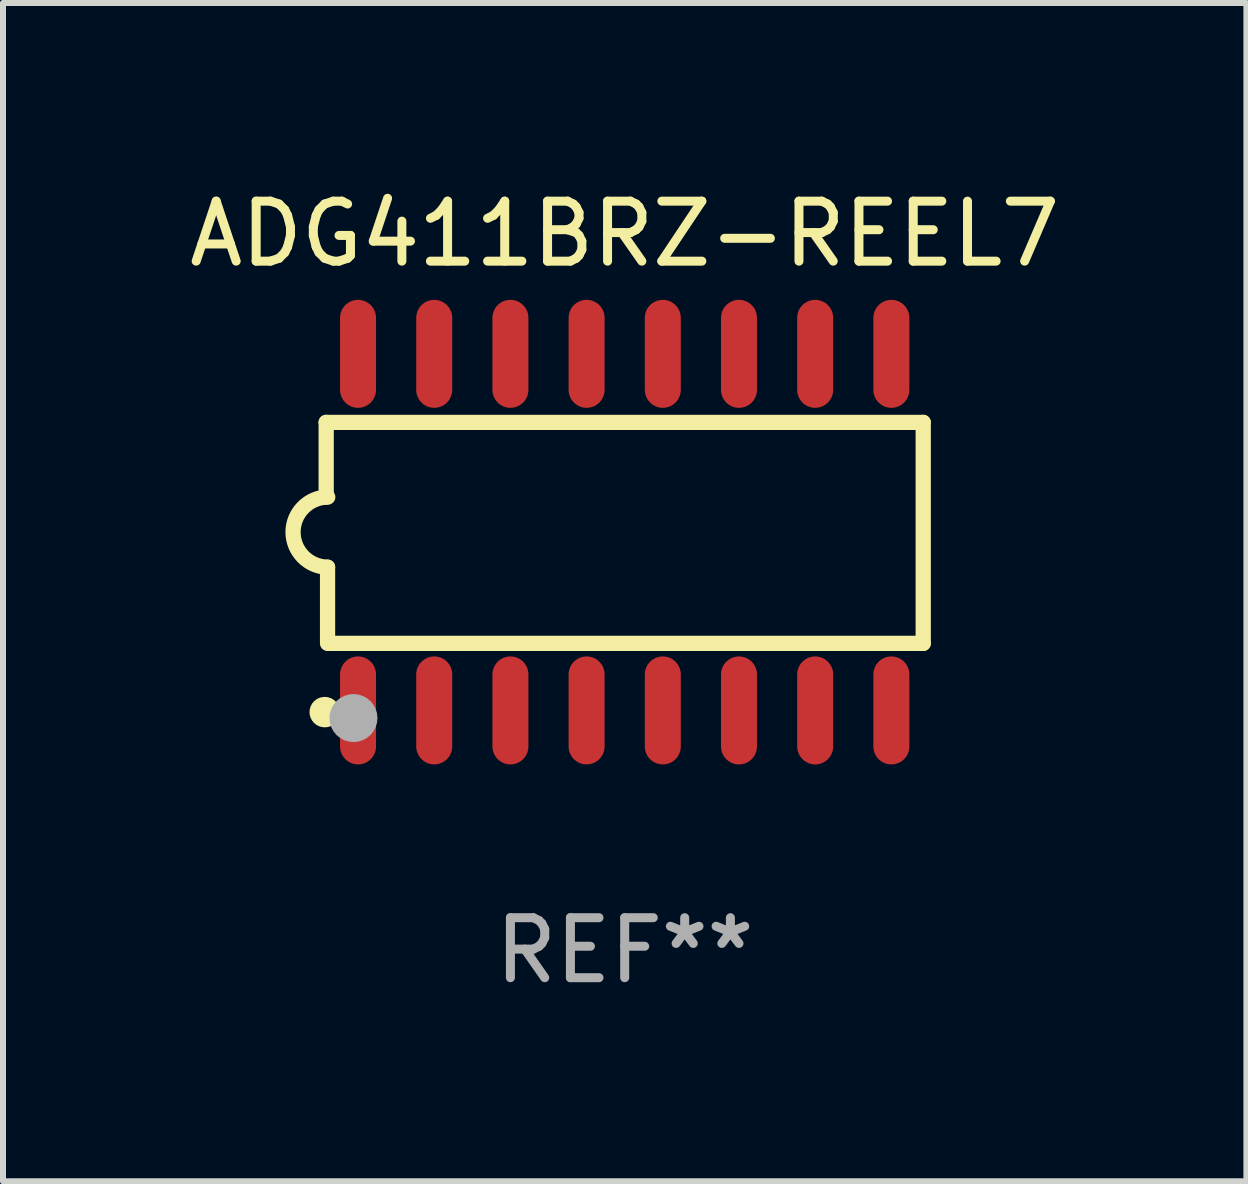
<source format=kicad_pcb>
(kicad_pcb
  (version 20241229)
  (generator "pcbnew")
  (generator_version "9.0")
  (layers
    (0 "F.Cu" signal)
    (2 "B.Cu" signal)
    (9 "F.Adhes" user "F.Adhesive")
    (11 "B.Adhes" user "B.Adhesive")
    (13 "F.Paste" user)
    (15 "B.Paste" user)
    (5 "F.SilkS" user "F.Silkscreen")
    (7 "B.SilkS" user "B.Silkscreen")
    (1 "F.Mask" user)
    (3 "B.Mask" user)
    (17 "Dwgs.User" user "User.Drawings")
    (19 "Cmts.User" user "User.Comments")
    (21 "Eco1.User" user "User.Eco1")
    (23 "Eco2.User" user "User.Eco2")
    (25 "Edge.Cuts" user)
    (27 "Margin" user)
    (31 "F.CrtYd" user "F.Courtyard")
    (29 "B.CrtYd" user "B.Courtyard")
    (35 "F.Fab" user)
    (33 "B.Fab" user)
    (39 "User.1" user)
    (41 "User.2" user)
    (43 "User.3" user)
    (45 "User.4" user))
  (footprint "ADG411BRZ-REEL7"
    (layer "F.Cu")
    (at 7.363 5.82)
    (property "Reference" "ADG411BRZ-REEL7" (at 0 -4.972 0) (layer "F.SilkS") (effects (font (size 1 1) (thickness 0.15))))
    (attr through_hole)
    (fp_line (start -4.976 -1.829) (end -4.976 -0.584) (stroke (width 0.254) (type solid)) (layer "F.SilkS"))
    (fp_line (start -4.953 0.584) (end -4.953 1.854) (stroke (width 0.254) (type solid)) (layer "F.SilkS"))
    (fp_line (start -4.928 1.854) (end 4.976 1.854) (stroke (width 0.254) (type solid)) (layer "F.SilkS"))
    (fp_line (start 4.976 -1.829) (end -4.976 -1.829) (stroke (width 0.254) (type solid)) (layer "F.SilkS"))
    (fp_line (start 4.976 1.854) (end 4.976 -1.829) (stroke (width 0.254) (type solid)) (layer "F.SilkS"))
    (fp_arc (start -4.95301 0.584201) (mid -5.533866 -0.00152) (end -4.950088 -0.584329) (stroke (width 0.254001) (type solid)) (layer "F.SilkS"))
    (fp_circle (center -5 3) (end -4.873 3) (stroke (width 0.254) (type solid)) (fill no) (layer "F.SilkS"))
    (fp_circle (center -4.521 3.099) (end -4.321 3.099) (stroke (width 0.4) (type solid)) (fill no) (layer "F.Fab"))
    (fp_text user "REF**" (at 0 6.972 0) (layer "F.Fab") (effects (font (size 1 1) (thickness 0.15))))
    (pad "1" smd oval (at -4.445 2.972 180) (size 0.6 1.8) (layers "F.Cu" "F.Mask" "F.Paste"))
    (pad "2" smd oval (at -3.175 2.972 180) (size 0.6 1.8) (layers "F.Cu" "F.Mask" "F.Paste"))
    (pad "3" smd oval (at -1.905 2.972 180) (size 0.6 1.8) (layers "F.Cu" "F.Mask" "F.Paste"))
    (pad "4" smd oval (at -0.635 2.972 180) (size 0.6 1.8) (layers "F.Cu" "F.Mask" "F.Paste"))
    (pad "5" smd oval (at 0.635 2.972 180) (size 0.6 1.8) (layers "F.Cu" "F.Mask" "F.Paste"))
    (pad "6" smd oval (at 1.905 2.972 180) (size 0.6 1.8) (layers "F.Cu" "F.Mask" "F.Paste"))
    (pad "7" smd oval (at 3.175 2.972 180) (size 0.6 1.8) (layers "F.Cu" "F.Mask" "F.Paste"))
    (pad "8" smd oval (at 4.445 2.972 180) (size 0.6 1.8) (layers "F.Cu" "F.Mask" "F.Paste"))
    (pad "9" smd oval (at 4.445 -2.972 180) (size 0.6 1.8) (layers "F.Cu" "F.Mask" "F.Paste"))
    (pad "10" smd oval (at 3.175 -2.972 180) (size 0.6 1.8) (layers "F.Cu" "F.Mask" "F.Paste"))
    (pad "11" smd oval (at 1.905 -2.972 180) (size 0.6 1.8) (layers "F.Cu" "F.Mask" "F.Paste"))
    (pad "12" smd oval (at 0.635 -2.972 180) (size 0.6 1.8) (layers "F.Cu" "F.Mask" "F.Paste"))
    (pad "13" smd oval (at -0.635 -2.972 180) (size 0.6 1.8) (layers "F.Cu" "F.Mask" "F.Paste"))
    (pad "14" smd oval (at -1.905 -2.972 180) (size 0.6 1.8) (layers "F.Cu" "F.Mask" "F.Paste"))
    (pad "15" smd oval (at -3.175 -2.972 180) (size 0.6 1.8) (layers "F.Cu" "F.Mask" "F.Paste"))
    (pad "16" smd oval (at -4.445 -2.972 180) (size 0.6 1.8) (layers "F.Cu" "F.Mask" "F.Paste")))
  (gr_rect
    (start -3 -3)
    (end 17.726 16.64)
    (stroke (width 0.1) (type default))
    (fill no)
    (layer "Edge.Cuts")))
</source>
